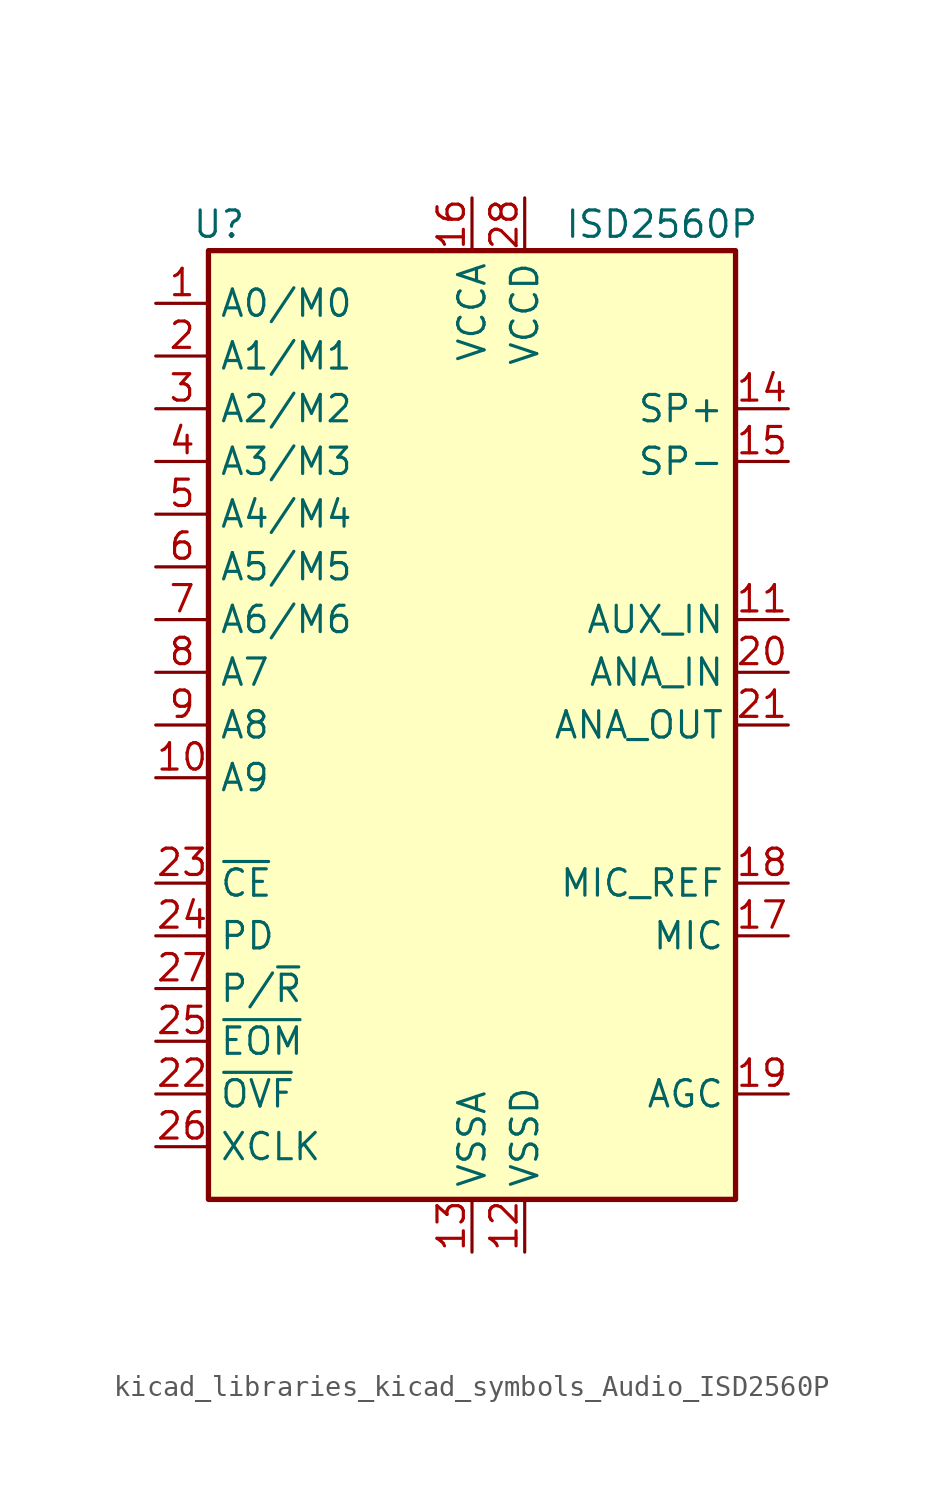
<source format=kicad_sym>
(kicad_symbol_lib
  (version 20220914)
  (generator kicad_symbol_editor)
  (symbol "kicad_libraries_kicad_symbols_Audio_ISD2560P"
    (property "Reference" "U"
      (at -12.192 24.13 0)
      (effects (font (size 1.27 1.27))))
    (property "Value" "ISD2560P"
      (at 9.144 24.13 0)
      (effects (font (size 1.27 1.27))))
    (symbol "kicad_libraries_kicad_symbols_Audio_ISD2560P_0_1"
      (rectangle (start -12.7 22.86) (end 12.7 -22.86) (stroke (width 0.254) (type default)) (fill (type background))))
    (symbol "kicad_libraries_kicad_symbols_Audio_ISD2560P_1_1"
      (pin input line (at -15.24 20.32 0) (length 2.54) (name "A0/M0" (effects (font (size 1.27 1.27)))) (number "1" (effects (font (size 1.27 1.27)))))
      (pin input line (at -15.24 -2.54 0) (length 2.54) (name "A9" (effects (font (size 1.27 1.27)))) (number "10" (effects (font (size 1.27 1.27)))))
      (pin input line (at 15.24 5.08 180) (length 2.54) (name "AUX_IN" (effects (font (size 1.27 1.27)))) (number "11" (effects (font (size 1.27 1.27)))))
      (pin power_in line (at 2.54 -25.4 90) (length 2.54) (name "VSSD" (effects (font (size 1.27 1.27)))) (number "12" (effects (font (size 1.27 1.27)))))
      (pin power_in line (at 0 -25.4 90) (length 2.54) (name "VSSA" (effects (font (size 1.27 1.27)))) (number "13" (effects (font (size 1.27 1.27)))))
      (pin output line (at 15.24 15.24 180) (length 2.54) (name "SP+" (effects (font (size 1.27 1.27)))) (number "14" (effects (font (size 1.27 1.27)))))
      (pin output line (at 15.24 12.7 180) (length 2.54) (name "SP-" (effects (font (size 1.27 1.27)))) (number "15" (effects (font (size 1.27 1.27)))))
      (pin power_in line (at 0 25.4 270) (length 2.54) (name "VCCA" (effects (font (size 1.27 1.27)))) (number "16" (effects (font (size 1.27 1.27)))))
      (pin input line (at 15.24 -10.16 180) (length 2.54) (name "MIC" (effects (font (size 1.27 1.27)))) (number "17" (effects (font (size 1.27 1.27)))))
      (pin passive line (at 15.24 -7.62 180) (length 2.54) (name "MIC_REF" (effects (font (size 1.27 1.27)))) (number "18" (effects (font (size 1.27 1.27)))))
      (pin passive line (at 15.24 -17.78 180) (length 2.54) (name "AGC" (effects (font (size 1.27 1.27)))) (number "19" (effects (font (size 1.27 1.27)))))
      (pin input line (at -15.24 17.78 0) (length 2.54) (name "A1/M1" (effects (font (size 1.27 1.27)))) (number "2" (effects (font (size 1.27 1.27)))))
      (pin input line (at 15.24 2.54 180) (length 2.54) (name "ANA_IN" (effects (font (size 1.27 1.27)))) (number "20" (effects (font (size 1.27 1.27)))))
      (pin output line (at 15.24 0 180) (length 2.54) (name "ANA_OUT" (effects (font (size 1.27 1.27)))) (number "21" (effects (font (size 1.27 1.27)))))
      (pin output line (at -15.24 -17.78 0) (length 2.54) (name "~{OVF}" (effects (font (size 1.27 1.27)))) (number "22" (effects (font (size 1.27 1.27)))))
      (pin input line (at -15.24 -7.62 0) (length 2.54) (name "~{CE}" (effects (font (size 1.27 1.27)))) (number "23" (effects (font (size 1.27 1.27)))))
      (pin input line (at -15.24 -10.16 0) (length 2.54) (name "PD" (effects (font (size 1.27 1.27)))) (number "24" (effects (font (size 1.27 1.27)))))
      (pin output line (at -15.24 -15.24 0) (length 2.54) (name "~{EOM}" (effects (font (size 1.27 1.27)))) (number "25" (effects (font (size 1.27 1.27)))))
      (pin input line (at -15.24 -20.32 0) (length 2.54) (name "XCLK" (effects (font (size 1.27 1.27)))) (number "26" (effects (font (size 1.27 1.27)))))
      (pin input line (at -15.24 -12.7 0) (length 2.54) (name "P/~{R}" (effects (font (size 1.27 1.27)))) (number "27" (effects (font (size 1.27 1.27)))))
      (pin power_in line (at 2.54 25.4 270) (length 2.54) (name "VCCD" (effects (font (size 1.27 1.27)))) (number "28" (effects (font (size 1.27 1.27)))))
      (pin input line (at -15.24 15.24 0) (length 2.54) (name "A2/M2" (effects (font (size 1.27 1.27)))) (number "3" (effects (font (size 1.27 1.27)))))
      (pin input line (at -15.24 12.7 0) (length 2.54) (name "A3/M3" (effects (font (size 1.27 1.27)))) (number "4" (effects (font (size 1.27 1.27)))))
      (pin input line (at -15.24 10.16 0) (length 2.54) (name "A4/M4" (effects (font (size 1.27 1.27)))) (number "5" (effects (font (size 1.27 1.27)))))
      (pin input line (at -15.24 7.62 0) (length 2.54) (name "A5/M5" (effects (font (size 1.27 1.27)))) (number "6" (effects (font (size 1.27 1.27)))))
      (pin input line (at -15.24 5.08 0) (length 2.54) (name "A6/M6" (effects (font (size 1.27 1.27)))) (number "7" (effects (font (size 1.27 1.27)))))
      (pin input line (at -15.24 2.54 0) (length 2.54) (name "A7" (effects (font (size 1.27 1.27)))) (number "8" (effects (font (size 1.27 1.27)))))
      (pin input line (at -15.24 0 0) (length 2.54) (name "A8" (effects (font (size 1.27 1.27)))) (number "9" (effects (font (size 1.27 1.27))))))))
</source>
